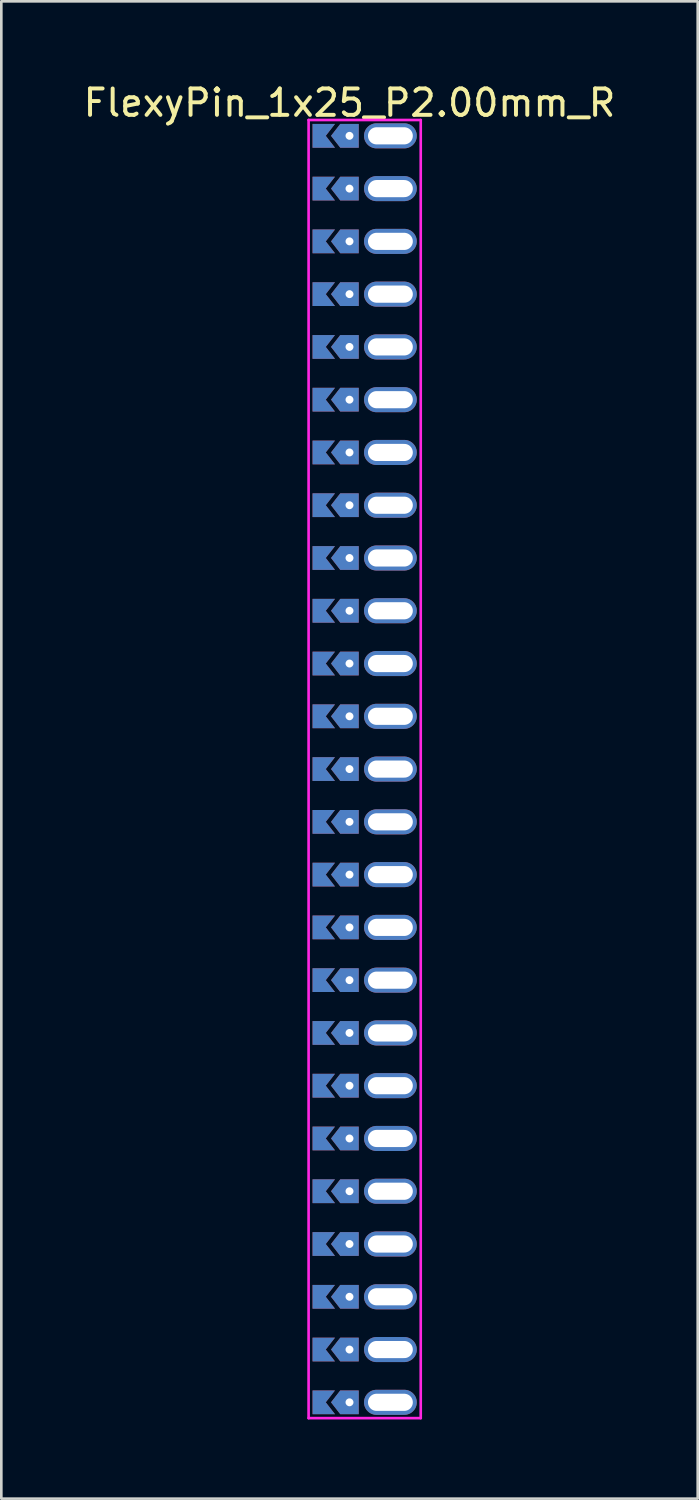
<source format=kicad_pcb>
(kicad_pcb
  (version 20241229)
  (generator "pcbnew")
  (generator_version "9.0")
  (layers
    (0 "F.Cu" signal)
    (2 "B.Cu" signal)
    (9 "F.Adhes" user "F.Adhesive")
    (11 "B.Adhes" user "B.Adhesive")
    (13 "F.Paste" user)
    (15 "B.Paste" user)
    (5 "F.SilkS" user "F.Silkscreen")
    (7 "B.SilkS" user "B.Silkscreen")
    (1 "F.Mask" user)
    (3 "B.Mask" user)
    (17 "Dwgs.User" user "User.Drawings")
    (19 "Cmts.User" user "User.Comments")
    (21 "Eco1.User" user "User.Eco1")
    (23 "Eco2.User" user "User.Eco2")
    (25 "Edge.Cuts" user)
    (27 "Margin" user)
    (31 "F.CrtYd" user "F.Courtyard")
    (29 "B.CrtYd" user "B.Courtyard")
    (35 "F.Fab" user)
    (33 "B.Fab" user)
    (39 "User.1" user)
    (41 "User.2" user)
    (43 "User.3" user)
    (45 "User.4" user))
  (footprint "FlexyPin_1x25_P2.00mm_R"
    (layer "F.Cu")
    (at 10.196 2.098)
    (property "Reference" "FlexyPin_1x25_P2.00mm_R" (at 0 -1.25 0) (layer "F.SilkS") (effects (font (size 1 1) (thickness 0.15))))
    (attr through_hole)
    (fp_line (start -1.55 -0.6) (end 2.7 -0.6) (stroke (width 0.1) (type solid)) (layer "F.CrtYd"))
    (fp_line (start -1.55 48.6) (end -1.55 -0.6) (stroke (width 0.1) (type solid)) (layer "F.CrtYd"))
    (fp_line (start 2.7 -0.6) (end 2.7 48.6) (stroke (width 0.1) (type solid)) (layer "F.CrtYd"))
    (fp_line (start 2.7 48.6) (end -1.55 48.6) (stroke (width 0.1) (type solid)) (layer "F.CrtYd"))
    (pad "" thru_hole custom (at 0 0) (size 0.3 0.3) (drill 0.6) (layers "*.Cu" "*.Mask") (options (anchor rect)) (primitives (gr_poly (pts (xy 0.35 0.45) (xy 0.35 -0.45) (xy -0.35 -0.45) (xy -0.7 0) (xy -0.35 0.45)) (width 0) (fill yes))))
    (pad "" thru_hole custom (at 0 2) (size 0.3 0.3) (drill 0.6) (layers "*.Cu" "*.Mask") (options (anchor rect)) (primitives (gr_poly (pts (xy 0.35 0.45) (xy 0.35 -0.45) (xy -0.35 -0.45) (xy -0.7 0) (xy -0.35 0.45)) (width 0) (fill yes))))
    (pad "" thru_hole custom (at 0 4) (size 0.3 0.3) (drill 0.6) (layers "*.Cu" "*.Mask") (options (anchor rect)) (primitives (gr_poly (pts (xy 0.35 0.45) (xy 0.35 -0.45) (xy -0.35 -0.45) (xy -0.7 0) (xy -0.35 0.45)) (width 0) (fill yes))))
    (pad "" thru_hole custom (at 0 6) (size 0.3 0.3) (drill 0.6) (layers "*.Cu" "*.Mask") (options (anchor rect)) (primitives (gr_poly (pts (xy 0.35 0.45) (xy 0.35 -0.45) (xy -0.35 -0.45) (xy -0.7 0) (xy -0.35 0.45)) (width 0) (fill yes))))
    (pad "" thru_hole custom (at 0 8) (size 0.3 0.3) (drill 0.6) (layers "*.Cu" "*.Mask") (options (anchor rect)) (primitives (gr_poly (pts (xy 0.35 0.45) (xy 0.35 -0.45) (xy -0.35 -0.45) (xy -0.7 0) (xy -0.35 0.45)) (width 0) (fill yes))))
    (pad "" thru_hole custom (at 0 10) (size 0.3 0.3) (drill 0.6) (layers "*.Cu" "*.Mask") (options (anchor rect)) (primitives (gr_poly (pts (xy 0.35 0.45) (xy 0.35 -0.45) (xy -0.35 -0.45) (xy -0.7 0) (xy -0.35 0.45)) (width 0) (fill yes))))
    (pad "" thru_hole custom (at 0 12) (size 0.3 0.3) (drill 0.6) (layers "*.Cu" "*.Mask") (options (anchor rect)) (primitives (gr_poly (pts (xy 0.35 0.45) (xy 0.35 -0.45) (xy -0.35 -0.45) (xy -0.7 0) (xy -0.35 0.45)) (width 0) (fill yes))))
    (pad "" thru_hole custom (at 0 14) (size 0.3 0.3) (drill 0.6) (layers "*.Cu" "*.Mask") (options (anchor rect)) (primitives (gr_poly (pts (xy 0.35 0.45) (xy 0.35 -0.45) (xy -0.35 -0.45) (xy -0.7 0) (xy -0.35 0.45)) (width 0) (fill yes))))
    (pad "" thru_hole custom (at 0 16) (size 0.3 0.3) (drill 0.6) (layers "*.Cu" "*.Mask") (options (anchor rect)) (primitives (gr_poly (pts (xy 0.35 0.45) (xy 0.35 -0.45) (xy -0.35 -0.45) (xy -0.7 0) (xy -0.35 0.45)) (width 0) (fill yes))))
    (pad "" thru_hole custom (at 0 18) (size 0.3 0.3) (drill 0.6) (layers "*.Cu" "*.Mask") (options (anchor rect)) (primitives (gr_poly (pts (xy 0.35 0.45) (xy 0.35 -0.45) (xy -0.35 -0.45) (xy -0.7 0) (xy -0.35 0.45)) (width 0) (fill yes))))
    (pad "" thru_hole custom (at 0 20) (size 0.3 0.3) (drill 0.6) (layers "*.Cu" "*.Mask") (options (anchor rect)) (primitives (gr_poly (pts (xy 0.35 0.45) (xy 0.35 -0.45) (xy -0.35 -0.45) (xy -0.7 0) (xy -0.35 0.45)) (width 0) (fill yes))))
    (pad "" thru_hole custom (at 0 22) (size 0.3 0.3) (drill 0.6) (layers "*.Cu" "*.Mask") (options (anchor rect)) (primitives (gr_poly (pts (xy 0.35 0.45) (xy 0.35 -0.45) (xy -0.35 -0.45) (xy -0.7 0) (xy -0.35 0.45)) (width 0) (fill yes))))
    (pad "" thru_hole custom (at 0 24) (size 0.3 0.3) (drill 0.6) (layers "*.Cu" "*.Mask") (options (anchor rect)) (primitives (gr_poly (pts (xy 0.35 0.45) (xy 0.35 -0.45) (xy -0.35 -0.45) (xy -0.7 0) (xy -0.35 0.45)) (width 0) (fill yes))))
    (pad "" thru_hole custom (at 0 26) (size 0.3 0.3) (drill 0.6) (layers "*.Cu" "*.Mask") (options (anchor rect)) (primitives (gr_poly (pts (xy 0.35 0.45) (xy 0.35 -0.45) (xy -0.35 -0.45) (xy -0.7 0) (xy -0.35 0.45)) (width 0) (fill yes))))
    (pad "" thru_hole custom (at 0 28) (size 0.3 0.3) (drill 0.6) (layers "*.Cu" "*.Mask") (options (anchor rect)) (primitives (gr_poly (pts (xy 0.35 0.45) (xy 0.35 -0.45) (xy -0.35 -0.45) (xy -0.7 0) (xy -0.35 0.45)) (width 0) (fill yes))))
    (pad "" thru_hole custom (at 0 30) (size 0.3 0.3) (drill 0.6) (layers "*.Cu" "*.Mask") (options (anchor rect)) (primitives (gr_poly (pts (xy 0.35 0.45) (xy 0.35 -0.45) (xy -0.35 -0.45) (xy -0.7 0) (xy -0.35 0.45)) (width 0) (fill yes))))
    (pad "" thru_hole custom (at 0 32) (size 0.3 0.3) (drill 0.6) (layers "*.Cu" "*.Mask") (options (anchor rect)) (primitives (gr_poly (pts (xy 0.35 0.45) (xy 0.35 -0.45) (xy -0.35 -0.45) (xy -0.7 0) (xy -0.35 0.45)) (width 0) (fill yes))))
    (pad "" thru_hole custom (at 0 34) (size 0.3 0.3) (drill 0.6) (layers "*.Cu" "*.Mask") (options (anchor rect)) (primitives (gr_poly (pts (xy 0.35 0.45) (xy 0.35 -0.45) (xy -0.35 -0.45) (xy -0.7 0) (xy -0.35 0.45)) (width 0) (fill yes))))
    (pad "" thru_hole custom (at 0 36) (size 0.3 0.3) (drill 0.6) (layers "*.Cu" "*.Mask") (options (anchor rect)) (primitives (gr_poly (pts (xy 0.35 0.45) (xy 0.35 -0.45) (xy -0.35 -0.45) (xy -0.7 0) (xy -0.35 0.45)) (width 0) (fill yes))))
    (pad "" thru_hole custom (at 0 38) (size 0.3 0.3) (drill 0.6) (layers "*.Cu" "*.Mask") (options (anchor rect)) (primitives (gr_poly (pts (xy 0.35 0.45) (xy 0.35 -0.45) (xy -0.35 -0.45) (xy -0.7 0) (xy -0.35 0.45)) (width 0) (fill yes))))
    (pad "" thru_hole custom (at 0 40) (size 0.3 0.3) (drill 0.6) (layers "*.Cu" "*.Mask") (options (anchor rect)) (primitives (gr_poly (pts (xy 0.35 0.45) (xy 0.35 -0.45) (xy -0.35 -0.45) (xy -0.7 0) (xy -0.35 0.45)) (width 0) (fill yes))))
    (pad "" thru_hole custom (at 0 42) (size 0.3 0.3) (drill 0.6) (layers "*.Cu" "*.Mask") (options (anchor rect)) (primitives (gr_poly (pts (xy 0.35 0.45) (xy 0.35 -0.45) (xy -0.35 -0.45) (xy -0.7 0) (xy -0.35 0.45)) (width 0) (fill yes))))
    (pad "" thru_hole custom (at 0 44) (size 0.3 0.3) (drill 0.6) (layers "*.Cu" "*.Mask") (options (anchor rect)) (primitives (gr_poly (pts (xy 0.35 0.45) (xy 0.35 -0.45) (xy -0.35 -0.45) (xy -0.7 0) (xy -0.35 0.45)) (width 0) (fill yes))))
    (pad "" thru_hole custom (at 0 46) (size 0.3 0.3) (drill 0.6) (layers "*.Cu" "*.Mask") (options (anchor rect)) (primitives (gr_poly (pts (xy 0.35 0.45) (xy 0.35 -0.45) (xy -0.35 -0.45) (xy -0.7 0) (xy -0.35 0.45)) (width 0) (fill yes))))
    (pad "" thru_hole custom (at 0 48) (size 0.3 0.3) (drill 0.6) (layers "*.Cu" "*.Mask") (options (anchor rect)) (primitives (gr_poly (pts (xy 0.35 0.45) (xy 0.35 -0.45) (xy -0.35 -0.45) (xy -0.7 0) (xy -0.35 0.45)) (width 0) (fill yes))))
    (pad "" thru_hole oval (at 1.55 0) (size 2 0.95) (drill oval 1.7 0.65) (layers "*.Cu" "*.Mask"))
    (pad "" thru_hole oval (at 1.55 2) (size 2 0.95) (drill oval 1.7 0.65) (layers "*.Cu" "*.Mask"))
    (pad "" thru_hole oval (at 1.55 4) (size 2 0.95) (drill oval 1.7 0.65) (layers "*.Cu" "*.Mask"))
    (pad "" thru_hole oval (at 1.55 6) (size 2 0.95) (drill oval 1.7 0.65) (layers "*.Cu" "*.Mask"))
    (pad "" thru_hole oval (at 1.55 8) (size 2 0.95) (drill oval 1.7 0.65) (layers "*.Cu" "*.Mask"))
    (pad "" thru_hole oval (at 1.55 10) (size 2 0.95) (drill oval 1.7 0.65) (layers "*.Cu" "*.Mask"))
    (pad "" thru_hole oval (at 1.55 12) (size 2 0.95) (drill oval 1.7 0.65) (layers "*.Cu" "*.Mask"))
    (pad "" thru_hole oval (at 1.55 14) (size 2 0.95) (drill oval 1.7 0.65) (layers "*.Cu" "*.Mask"))
    (pad "" thru_hole oval (at 1.55 16) (size 2 0.95) (drill oval 1.7 0.65) (layers "*.Cu" "*.Mask"))
    (pad "" thru_hole oval (at 1.55 18) (size 2 0.95) (drill oval 1.7 0.65) (layers "*.Cu" "*.Mask"))
    (pad "" thru_hole oval (at 1.55 20) (size 2 0.95) (drill oval 1.7 0.65) (layers "*.Cu" "*.Mask"))
    (pad "" thru_hole oval (at 1.55 22) (size 2 0.95) (drill oval 1.7 0.65) (layers "*.Cu" "*.Mask"))
    (pad "" thru_hole oval (at 1.55 24) (size 2 0.95) (drill oval 1.7 0.65) (layers "*.Cu" "*.Mask"))
    (pad "" thru_hole oval (at 1.55 26) (size 2 0.95) (drill oval 1.7 0.65) (layers "*.Cu" "*.Mask"))
    (pad "" thru_hole oval (at 1.55 28) (size 2 0.95) (drill oval 1.7 0.65) (layers "*.Cu" "*.Mask"))
    (pad "" thru_hole oval (at 1.55 30) (size 2 0.95) (drill oval 1.7 0.65) (layers "*.Cu" "*.Mask"))
    (pad "" thru_hole oval (at 1.55 32) (size 2 0.95) (drill oval 1.7 0.65) (layers "*.Cu" "*.Mask"))
    (pad "" thru_hole oval (at 1.55 34) (size 2 0.95) (drill oval 1.7 0.65) (layers "*.Cu" "*.Mask"))
    (pad "" thru_hole oval (at 1.55 36) (size 2 0.95) (drill oval 1.7 0.65) (layers "*.Cu" "*.Mask"))
    (pad "" thru_hole oval (at 1.55 38) (size 2 0.95) (drill oval 1.7 0.65) (layers "*.Cu" "*.Mask"))
    (pad "" thru_hole oval (at 1.55 40) (size 2 0.95) (drill oval 1.7 0.65) (layers "*.Cu" "*.Mask"))
    (pad "" thru_hole oval (at 1.55 42) (size 2 0.95) (drill oval 1.7 0.65) (layers "*.Cu" "*.Mask"))
    (pad "" thru_hole oval (at 1.55 44) (size 2 0.95) (drill oval 1.7 0.65) (layers "*.Cu" "*.Mask"))
    (pad "" thru_hole oval (at 1.55 46) (size 2 0.95) (drill oval 1.7 0.65) (layers "*.Cu" "*.Mask"))
    (pad "" thru_hole oval (at 1.55 48) (size 2 0.95) (drill oval 1.7 0.65) (layers "*.Cu" "*.Mask"))
    (pad "1" smd custom (at -0.9 0) (size 0.01 0.01) (layers "F.Cu" "F.Mask") (options (anchor rect)) (primitives (gr_poly (pts (xy 0 0) (xy 0.35 0.45) (xy -0.5 0.45) (xy -0.5 -0.45) (xy 0.35 -0.45)) (width 0) (fill yes))))
    (pad "2" smd custom (at -0.9 2) (size 0.01 0.01) (layers "F.Cu" "F.Mask") (options (anchor rect)) (primitives (gr_poly (pts (xy 0 0) (xy 0.35 0.45) (xy -0.5 0.45) (xy -0.5 -0.45) (xy 0.35 -0.45)) (width 0) (fill yes))))
    (pad "3" smd custom (at -0.9 4) (size 0.01 0.01) (layers "F.Cu" "F.Mask") (options (anchor rect)) (primitives (gr_poly (pts (xy 0 0) (xy 0.35 0.45) (xy -0.5 0.45) (xy -0.5 -0.45) (xy 0.35 -0.45)) (width 0) (fill yes))))
    (pad "4" smd custom (at -0.9 6) (size 0.01 0.01) (layers "F.Cu" "F.Mask") (options (anchor rect)) (primitives (gr_poly (pts (xy 0 0) (xy 0.35 0.45) (xy -0.5 0.45) (xy -0.5 -0.45) (xy 0.35 -0.45)) (width 0) (fill yes))))
    (pad "5" smd custom (at -0.9 8) (size 0.01 0.01) (layers "F.Cu" "F.Mask") (options (anchor rect)) (primitives (gr_poly (pts (xy 0 0) (xy 0.35 0.45) (xy -0.5 0.45) (xy -0.5 -0.45) (xy 0.35 -0.45)) (width 0) (fill yes))))
    (pad "6" smd custom (at -0.9 10) (size 0.01 0.01) (layers "F.Cu" "F.Mask") (options (anchor rect)) (primitives (gr_poly (pts (xy 0 0) (xy 0.35 0.45) (xy -0.5 0.45) (xy -0.5 -0.45) (xy 0.35 -0.45)) (width 0) (fill yes))))
    (pad "7" smd custom (at -0.9 12) (size 0.01 0.01) (layers "F.Cu" "F.Mask") (options (anchor rect)) (primitives (gr_poly (pts (xy 0 0) (xy 0.35 0.45) (xy -0.5 0.45) (xy -0.5 -0.45) (xy 0.35 -0.45)) (width 0) (fill yes))))
    (pad "8" smd custom (at -0.9 14) (size 0.01 0.01) (layers "F.Cu" "F.Mask") (options (anchor rect)) (primitives (gr_poly (pts (xy 0 0) (xy 0.35 0.45) (xy -0.5 0.45) (xy -0.5 -0.45) (xy 0.35 -0.45)) (width 0) (fill yes))))
    (pad "9" smd custom (at -0.9 16) (size 0.01 0.01) (layers "F.Cu" "F.Mask") (options (anchor rect)) (primitives (gr_poly (pts (xy 0 0) (xy 0.35 0.45) (xy -0.5 0.45) (xy -0.5 -0.45) (xy 0.35 -0.45)) (width 0) (fill yes))))
    (pad "10" smd custom (at -0.9 18) (size 0.01 0.01) (layers "F.Cu" "F.Mask") (options (anchor rect)) (primitives (gr_poly (pts (xy 0 0) (xy 0.35 0.45) (xy -0.5 0.45) (xy -0.5 -0.45) (xy 0.35 -0.45)) (width 0) (fill yes))))
    (pad "11" smd custom (at -0.9 20) (size 0.01 0.01) (layers "F.Cu" "F.Mask") (options (anchor rect)) (primitives (gr_poly (pts (xy 0 0) (xy 0.35 0.45) (xy -0.5 0.45) (xy -0.5 -0.45) (xy 0.35 -0.45)) (width 0) (fill yes))))
    (pad "12" smd custom (at -0.9 22) (size 0.01 0.01) (layers "F.Cu" "F.Mask") (options (anchor rect)) (primitives (gr_poly (pts (xy 0 0) (xy 0.35 0.45) (xy -0.5 0.45) (xy -0.5 -0.45) (xy 0.35 -0.45)) (width 0) (fill yes))))
    (pad "13" smd custom (at -0.9 24) (size 0.01 0.01) (layers "F.Cu" "F.Mask") (options (anchor rect)) (primitives (gr_poly (pts (xy 0 0) (xy 0.35 0.45) (xy -0.5 0.45) (xy -0.5 -0.45) (xy 0.35 -0.45)) (width 0) (fill yes))))
    (pad "14" smd custom (at -0.9 26) (size 0.01 0.01) (layers "F.Cu" "F.Mask") (options (anchor rect)) (primitives (gr_poly (pts (xy 0 0) (xy 0.35 0.45) (xy -0.5 0.45) (xy -0.5 -0.45) (xy 0.35 -0.45)) (width 0) (fill yes))))
    (pad "15" smd custom (at -0.9 28) (size 0.01 0.01) (layers "F.Cu" "F.Mask") (options (anchor rect)) (primitives (gr_poly (pts (xy 0 0) (xy 0.35 0.45) (xy -0.5 0.45) (xy -0.5 -0.45) (xy 0.35 -0.45)) (width 0) (fill yes))))
    (pad "16" smd custom (at -0.9 30) (size 0.01 0.01) (layers "F.Cu" "F.Mask") (options (anchor rect)) (primitives (gr_poly (pts (xy 0 0) (xy 0.35 0.45) (xy -0.5 0.45) (xy -0.5 -0.45) (xy 0.35 -0.45)) (width 0) (fill yes))))
    (pad "17" smd custom (at -0.9 32) (size 0.01 0.01) (layers "F.Cu" "F.Mask") (options (anchor rect)) (primitives (gr_poly (pts (xy 0 0) (xy 0.35 0.45) (xy -0.5 0.45) (xy -0.5 -0.45) (xy 0.35 -0.45)) (width 0) (fill yes))))
    (pad "18" smd custom (at -0.9 34) (size 0.01 0.01) (layers "F.Cu" "F.Mask") (options (anchor rect)) (primitives (gr_poly (pts (xy 0 0) (xy 0.35 0.45) (xy -0.5 0.45) (xy -0.5 -0.45) (xy 0.35 -0.45)) (width 0) (fill yes))))
    (pad "19" smd custom (at -0.9 36) (size 0.01 0.01) (layers "F.Cu" "F.Mask") (options (anchor rect)) (primitives (gr_poly (pts (xy 0 0) (xy 0.35 0.45) (xy -0.5 0.45) (xy -0.5 -0.45) (xy 0.35 -0.45)) (width 0) (fill yes))))
    (pad "20" smd custom (at -0.9 38) (size 0.01 0.01) (layers "F.Cu" "F.Mask") (options (anchor rect)) (primitives (gr_poly (pts (xy 0 0) (xy 0.35 0.45) (xy -0.5 0.45) (xy -0.5 -0.45) (xy 0.35 -0.45)) (width 0) (fill yes))))
    (pad "21" smd custom (at -0.9 40) (size 0.01 0.01) (layers "F.Cu" "F.Mask") (options (anchor rect)) (primitives (gr_poly (pts (xy 0 0) (xy 0.35 0.45) (xy -0.5 0.45) (xy -0.5 -0.45) (xy 0.35 -0.45)) (width 0) (fill yes))))
    (pad "22" smd custom (at -0.9 42) (size 0.01 0.01) (layers "F.Cu" "F.Mask") (options (anchor rect)) (primitives (gr_poly (pts (xy 0 0) (xy 0.35 0.45) (xy -0.5 0.45) (xy -0.5 -0.45) (xy 0.35 -0.45)) (width 0) (fill yes))))
    (pad "23" smd custom (at -0.9 44) (size 0.01 0.01) (layers "F.Cu" "F.Mask") (options (anchor rect)) (primitives (gr_poly (pts (xy 0 0) (xy 0.35 0.45) (xy -0.5 0.45) (xy -0.5 -0.45) (xy 0.35 -0.45)) (width 0) (fill yes))))
    (pad "24" smd custom (at -0.9 46) (size 0.01 0.01) (layers "F.Cu" "F.Mask") (options (anchor rect)) (primitives (gr_poly (pts (xy 0 0) (xy 0.35 0.45) (xy -0.5 0.45) (xy -0.5 -0.45) (xy 0.35 -0.45)) (width 0) (fill yes))))
    (pad "25" smd custom (at -0.9 48) (size 0.01 0.01) (layers "F.Cu" "F.Mask") (options (anchor rect)) (primitives (gr_poly (pts (xy 0 0) (xy 0.35 0.45) (xy -0.5 0.45) (xy -0.5 -0.45) (xy 0.35 -0.45)) (width 0) (fill yes))))
    (pad "26" smd custom (at -0.9 0) (size 0.01 0.01) (layers "B.Cu" "B.Mask") (options (anchor rect)) (primitives (gr_poly (pts (xy 0 0) (xy 0.35 0.45) (xy -0.5 0.45) (xy -0.5 -0.45) (xy 0.35 -0.45)) (width 0) (fill yes))))
    (pad "27" smd custom (at -0.9 2) (size 0.01 0.01) (layers "B.Cu" "B.Mask") (options (anchor rect)) (primitives (gr_poly (pts (xy 0 0) (xy 0.35 0.45) (xy -0.5 0.45) (xy -0.5 -0.45) (xy 0.35 -0.45)) (width 0) (fill yes))))
    (pad "28" smd custom (at -0.9 4) (size 0.01 0.01) (layers "B.Cu" "B.Mask") (options (anchor rect)) (primitives (gr_poly (pts (xy 0 0) (xy 0.35 0.45) (xy -0.5 0.45) (xy -0.5 -0.45) (xy 0.35 -0.45)) (width 0) (fill yes))))
    (pad "29" smd custom (at -0.9 6) (size 0.01 0.01) (layers "B.Cu" "B.Mask") (options (anchor rect)) (primitives (gr_poly (pts (xy 0 0) (xy 0.35 0.45) (xy -0.5 0.45) (xy -0.5 -0.45) (xy 0.35 -0.45)) (width 0) (fill yes))))
    (pad "30" smd custom (at -0.9 8) (size 0.01 0.01) (layers "B.Cu" "B.Mask") (options (anchor rect)) (primitives (gr_poly (pts (xy 0 0) (xy 0.35 0.45) (xy -0.5 0.45) (xy -0.5 -0.45) (xy 0.35 -0.45)) (width 0) (fill yes))))
    (pad "31" smd custom (at -0.9 10) (size 0.01 0.01) (layers "B.Cu" "B.Mask") (options (anchor rect)) (primitives (gr_poly (pts (xy 0 0) (xy 0.35 0.45) (xy -0.5 0.45) (xy -0.5 -0.45) (xy 0.35 -0.45)) (width 0) (fill yes))))
    (pad "32" smd custom (at -0.9 12) (size 0.01 0.01) (layers "B.Cu" "B.Mask") (options (anchor rect)) (primitives (gr_poly (pts (xy 0 0) (xy 0.35 0.45) (xy -0.5 0.45) (xy -0.5 -0.45) (xy 0.35 -0.45)) (width 0) (fill yes))))
    (pad "33" smd custom (at -0.9 14) (size 0.01 0.01) (layers "B.Cu" "B.Mask") (options (anchor rect)) (primitives (gr_poly (pts (xy 0 0) (xy 0.35 0.45) (xy -0.5 0.45) (xy -0.5 -0.45) (xy 0.35 -0.45)) (width 0) (fill yes))))
    (pad "34" smd custom (at -0.9 16) (size 0.01 0.01) (layers "B.Cu" "B.Mask") (options (anchor rect)) (primitives (gr_poly (pts (xy 0 0) (xy 0.35 0.45) (xy -0.5 0.45) (xy -0.5 -0.45) (xy 0.35 -0.45)) (width 0) (fill yes))))
    (pad "35" smd custom (at -0.9 18) (size 0.01 0.01) (layers "B.Cu" "B.Mask") (options (anchor rect)) (primitives (gr_poly (pts (xy 0 0) (xy 0.35 0.45) (xy -0.5 0.45) (xy -0.5 -0.45) (xy 0.35 -0.45)) (width 0) (fill yes))))
    (pad "36" smd custom (at -0.9 20) (size 0.01 0.01) (layers "B.Cu" "B.Mask") (options (anchor rect)) (primitives (gr_poly (pts (xy 0 0) (xy 0.35 0.45) (xy -0.5 0.45) (xy -0.5 -0.45) (xy 0.35 -0.45)) (width 0) (fill yes))))
    (pad "37" smd custom (at -0.9 22) (size 0.01 0.01) (layers "B.Cu" "B.Mask") (options (anchor rect)) (primitives (gr_poly (pts (xy 0 0) (xy 0.35 0.45) (xy -0.5 0.45) (xy -0.5 -0.45) (xy 0.35 -0.45)) (width 0) (fill yes))))
    (pad "38" smd custom (at -0.9 24) (size 0.01 0.01) (layers "B.Cu" "B.Mask") (options (anchor rect)) (primitives (gr_poly (pts (xy 0 0) (xy 0.35 0.45) (xy -0.5 0.45) (xy -0.5 -0.45) (xy 0.35 -0.45)) (width 0) (fill yes))))
    (pad "39" smd custom (at -0.9 26) (size 0.01 0.01) (layers "B.Cu" "B.Mask") (options (anchor rect)) (primitives (gr_poly (pts (xy 0 0) (xy 0.35 0.45) (xy -0.5 0.45) (xy -0.5 -0.45) (xy 0.35 -0.45)) (width 0) (fill yes))))
    (pad "40" smd custom (at -0.9 28) (size 0.01 0.01) (layers "B.Cu" "B.Mask") (options (anchor rect)) (primitives (gr_poly (pts (xy 0 0) (xy 0.35 0.45) (xy -0.5 0.45) (xy -0.5 -0.45) (xy 0.35 -0.45)) (width 0) (fill yes))))
    (pad "41" smd custom (at -0.9 30) (size 0.01 0.01) (layers "B.Cu" "B.Mask") (options (anchor rect)) (primitives (gr_poly (pts (xy 0 0) (xy 0.35 0.45) (xy -0.5 0.45) (xy -0.5 -0.45) (xy 0.35 -0.45)) (width 0) (fill yes))))
    (pad "42" smd custom (at -0.9 32) (size 0.01 0.01) (layers "B.Cu" "B.Mask") (options (anchor rect)) (primitives (gr_poly (pts (xy 0 0) (xy 0.35 0.45) (xy -0.5 0.45) (xy -0.5 -0.45) (xy 0.35 -0.45)) (width 0) (fill yes))))
    (pad "43" smd custom (at -0.9 34) (size 0.01 0.01) (layers "B.Cu" "B.Mask") (options (anchor rect)) (primitives (gr_poly (pts (xy 0 0) (xy 0.35 0.45) (xy -0.5 0.45) (xy -0.5 -0.45) (xy 0.35 -0.45)) (width 0) (fill yes))))
    (pad "44" smd custom (at -0.9 36) (size 0.01 0.01) (layers "B.Cu" "B.Mask") (options (anchor rect)) (primitives (gr_poly (pts (xy 0 0) (xy 0.35 0.45) (xy -0.5 0.45) (xy -0.5 -0.45) (xy 0.35 -0.45)) (width 0) (fill yes))))
    (pad "45" smd custom (at -0.9 38) (size 0.01 0.01) (layers "B.Cu" "B.Mask") (options (anchor rect)) (primitives (gr_poly (pts (xy 0 0) (xy 0.35 0.45) (xy -0.5 0.45) (xy -0.5 -0.45) (xy 0.35 -0.45)) (width 0) (fill yes))))
    (pad "46" smd custom (at -0.9 40) (size 0.01 0.01) (layers "B.Cu" "B.Mask") (options (anchor rect)) (primitives (gr_poly (pts (xy 0 0) (xy 0.35 0.45) (xy -0.5 0.45) (xy -0.5 -0.45) (xy 0.35 -0.45)) (width 0) (fill yes))))
    (pad "47" smd custom (at -0.9 42) (size 0.01 0.01) (layers "B.Cu" "B.Mask") (options (anchor rect)) (primitives (gr_poly (pts (xy 0 0) (xy 0.35 0.45) (xy -0.5 0.45) (xy -0.5 -0.45) (xy 0.35 -0.45)) (width 0) (fill yes))))
    (pad "48" smd custom (at -0.9 44) (size 0.01 0.01) (layers "B.Cu" "B.Mask") (options (anchor rect)) (primitives (gr_poly (pts (xy 0 0) (xy 0.35 0.45) (xy -0.5 0.45) (xy -0.5 -0.45) (xy 0.35 -0.45)) (width 0) (fill yes))))
    (pad "49" smd custom (at -0.9 46) (size 0.01 0.01) (layers "B.Cu" "B.Mask") (options (anchor rect)) (primitives (gr_poly (pts (xy 0 0) (xy 0.35 0.45) (xy -0.5 0.45) (xy -0.5 -0.45) (xy 0.35 -0.45)) (width 0) (fill yes))))
    (pad "50" smd custom (at -0.9 48) (size 0.01 0.01) (layers "B.Cu" "B.Mask") (options (anchor rect)) (primitives (gr_poly (pts (xy 0 0) (xy 0.35 0.45) (xy -0.5 0.45) (xy -0.5 -0.45) (xy 0.35 -0.45)) (width 0) (fill yes)))))
  (gr_rect
    (start -3 -3)
    (end 23.393 53.748)
    (stroke (width 0.1) (type default))
    (fill no)
    (layer "Edge.Cuts")))
</source>
